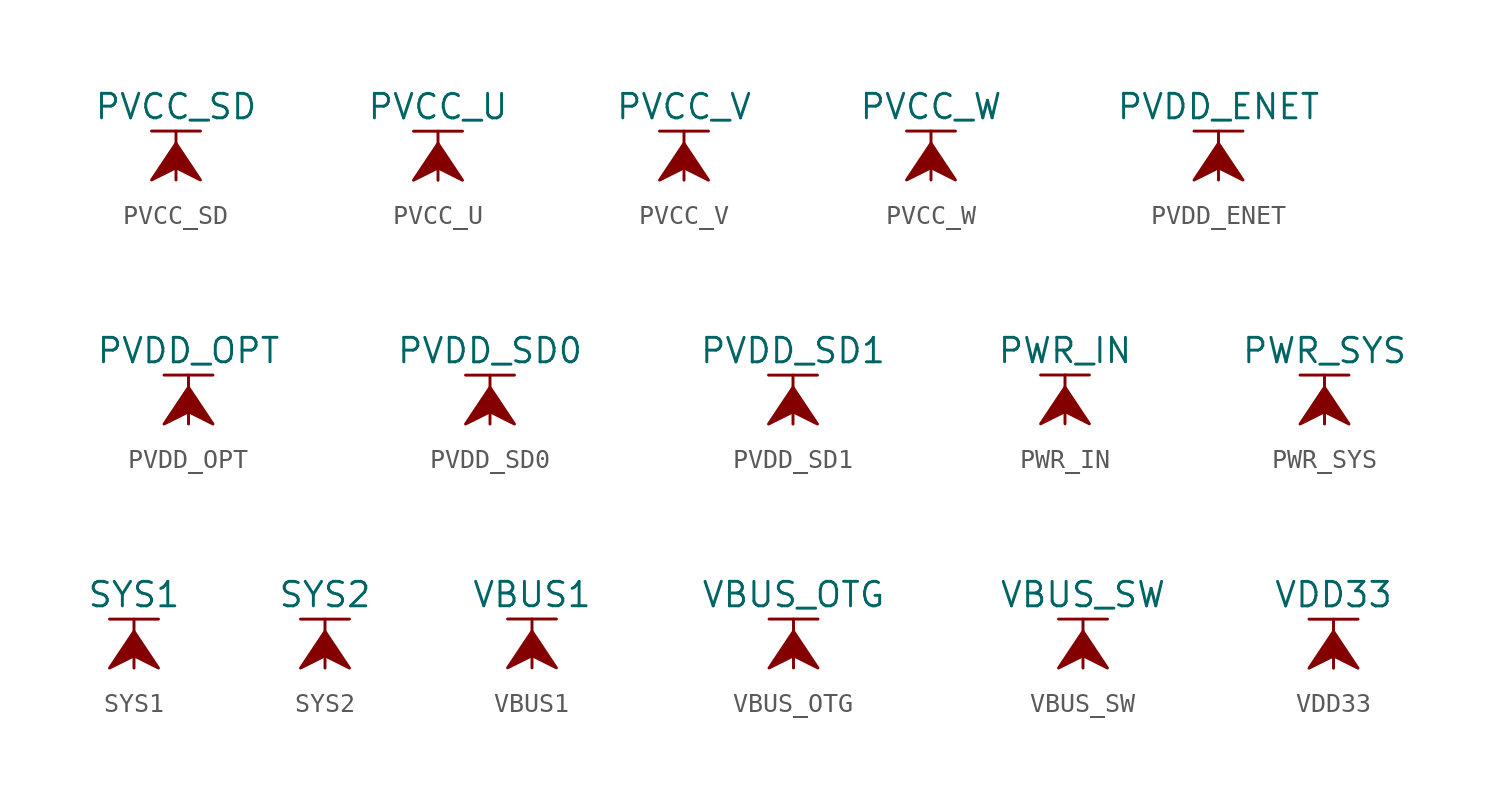
<source format=kicad_sym>
(kicad_symbol_lib
  (version 20211014)
  (generator kicad_symbol_editor)
  (symbol "PVCC_SD"
    (power)
    (pin_names
      (offset 0))
    (property "Reference" "#PWR"
      (at 0 -3.81 0)
      (effects (font (size 1.27 1.27)) hide))
    (property "Value" "PVCC_SD"
      (at 0 3.81 0)
      (effects (font (size 1.27 1.27))))
    (symbol "PVCC_SD_0_1"
      (polyline (pts (xy -1.27 2.54) (xy 1.27 2.54)) (stroke (width 0.152) (type default) (color 0 0 0 0)) (fill (type none)))
      (polyline (pts (xy 0 0) (xy 0 2.54)) (stroke (width 0.152) (type default) (color 0 0 0 0)) (fill (type none)))
      (polyline (pts (xy 0 1.905) (xy -1.27 0) (xy 0 0.635) (xy 1.27 0) (xy 0 1.905)) (stroke (width 0.152) (type default) (color 0 0 0 0)) (fill (type outline))))
    (symbol "PVCC_SD_1_1"
      (pin power_in line (at 0 0 90) (length 0) hide (name "PVCC_SD" (effects (font (size 1.27 1.27)))) (number "1" (effects (font (size 1.27 1.27)))))))
  (symbol "PVCC_U"
    (power)
    (pin_names
      (offset 0))
    (property "Reference" "#PWR"
      (at 0 -3.81 0)
      (effects (font (size 1.27 1.27)) hide))
    (property "Value" "PVCC_U"
      (at 0 3.81 0)
      (effects (font (size 1.27 1.27))))
    (symbol "PVCC_U_0_1"
      (polyline (pts (xy -1.27 2.54) (xy 1.27 2.54)) (stroke (width 0.152) (type default) (color 0 0 0 0)) (fill (type none)))
      (polyline (pts (xy 0 0) (xy 0 2.54)) (stroke (width 0.152) (type default) (color 0 0 0 0)) (fill (type none)))
      (polyline (pts (xy 0 1.905) (xy -1.27 0) (xy 0 0.635) (xy 1.27 0) (xy 0 1.905)) (stroke (width 0.152) (type default) (color 0 0 0 0)) (fill (type outline))))
    (symbol "PVCC_U_1_1"
      (pin power_in line (at 0 0 90) (length 0) hide (name "PVCC_U" (effects (font (size 1.27 1.27)))) (number "1" (effects (font (size 1.27 1.27)))))))
  (symbol "PVCC_V"
    (power)
    (pin_names
      (offset 0))
    (property "Reference" "#PWR"
      (at 0 -3.81 0)
      (effects (font (size 1.27 1.27)) hide))
    (property "Value" "PVCC_V"
      (at 0 3.81 0)
      (effects (font (size 1.27 1.27))))
    (symbol "PVCC_V_0_1"
      (polyline (pts (xy -1.27 2.54) (xy 1.27 2.54)) (stroke (width 0.152) (type default) (color 0 0 0 0)) (fill (type none)))
      (polyline (pts (xy 0 0) (xy 0 2.54)) (stroke (width 0.152) (type default) (color 0 0 0 0)) (fill (type none)))
      (polyline (pts (xy 0 1.905) (xy -1.27 0) (xy 0 0.635) (xy 1.27 0) (xy 0 1.905)) (stroke (width 0.152) (type default) (color 0 0 0 0)) (fill (type outline))))
    (symbol "PVCC_V_1_1"
      (pin power_in line (at 0 0 90) (length 0) hide (name "PVCC_V" (effects (font (size 1.27 1.27)))) (number "1" (effects (font (size 1.27 1.27)))))))
  (symbol "PVCC_W"
    (power)
    (pin_names
      (offset 0))
    (property "Reference" "#PWR"
      (at 0 -3.81 0)
      (effects (font (size 1.27 1.27)) hide))
    (property "Value" "PVCC_W"
      (at 0 3.81 0)
      (effects (font (size 1.27 1.27))))
    (symbol "PVCC_W_0_1"
      (polyline (pts (xy -1.27 2.54) (xy 1.27 2.54)) (stroke (width 0.152) (type default) (color 0 0 0 0)) (fill (type none)))
      (polyline (pts (xy 0 0) (xy 0 2.54)) (stroke (width 0.152) (type default) (color 0 0 0 0)) (fill (type none)))
      (polyline (pts (xy 0 1.905) (xy -1.27 0) (xy 0 0.635) (xy 1.27 0) (xy 0 1.905)) (stroke (width 0.152) (type default) (color 0 0 0 0)) (fill (type outline))))
    (symbol "PVCC_W_1_1"
      (pin power_in line (at 0 0 90) (length 0) hide (name "PVCC_W" (effects (font (size 1.27 1.27)))) (number "1" (effects (font (size 1.27 1.27)))))))
  (symbol "PVDD_ENET"
    (power)
    (pin_names
      (offset 0))
    (property "Reference" "#PWR"
      (at 0 -3.81 0)
      (effects (font (size 1.27 1.27)) hide))
    (property "Value" "PVDD_ENET"
      (at 0 3.81 0)
      (effects (font (size 1.27 1.27))))
    (symbol "PVDD_ENET_0_1"
      (polyline (pts (xy -1.27 2.54) (xy 1.27 2.54)) (stroke (width 0.152) (type default) (color 0 0 0 0)) (fill (type none)))
      (polyline (pts (xy 0 0) (xy 0 2.54)) (stroke (width 0.152) (type default) (color 0 0 0 0)) (fill (type none)))
      (polyline (pts (xy 0 1.905) (xy -1.27 0) (xy 0 0.635) (xy 1.27 0) (xy 0 1.905)) (stroke (width 0.152) (type default) (color 0 0 0 0)) (fill (type outline))))
    (symbol "PVDD_ENET_1_1"
      (pin power_in line (at 0 0 90) (length 0) hide (name "PVDD_ENET" (effects (font (size 1.27 1.27)))) (number "1" (effects (font (size 1.27 1.27)))))))
  (symbol "PVDD_OPT"
    (power)
    (pin_names
      (offset 0))
    (property "Reference" "#PWR"
      (at 0 -3.81 0)
      (effects (font (size 1.27 1.27)) hide))
    (property "Value" "PVDD_OPT"
      (at 0 3.81 0)
      (effects (font (size 1.27 1.27))))
    (symbol "PVDD_OPT_0_1"
      (polyline (pts (xy -1.27 2.54) (xy 1.27 2.54)) (stroke (width 0.152) (type default) (color 0 0 0 0)) (fill (type none)))
      (polyline (pts (xy 0 0) (xy 0 2.54)) (stroke (width 0.152) (type default) (color 0 0 0 0)) (fill (type none)))
      (polyline (pts (xy 0 1.905) (xy -1.27 0) (xy 0 0.635) (xy 1.27 0) (xy 0 1.905)) (stroke (width 0.152) (type default) (color 0 0 0 0)) (fill (type outline))))
    (symbol "PVDD_OPT_1_1"
      (pin power_in line (at 0 0 90) (length 0) hide (name "PVDD_OPT" (effects (font (size 1.27 1.27)))) (number "1" (effects (font (size 1.27 1.27)))))))
  (symbol "PVDD_SD0"
    (power)
    (pin_names
      (offset 0))
    (property "Reference" "#PWR"
      (at 0 -3.81 0)
      (effects (font (size 1.27 1.27)) hide))
    (property "Value" "PVDD_SD0"
      (at 0 3.81 0)
      (effects (font (size 1.27 1.27))))
    (symbol "PVDD_SD0_0_1"
      (polyline (pts (xy -1.27 2.54) (xy 1.27 2.54)) (stroke (width 0.152) (type default) (color 0 0 0 0)) (fill (type none)))
      (polyline (pts (xy 0 0) (xy 0 2.54)) (stroke (width 0.152) (type default) (color 0 0 0 0)) (fill (type none)))
      (polyline (pts (xy 0 1.905) (xy -1.27 0) (xy 0 0.635) (xy 1.27 0) (xy 0 1.905)) (stroke (width 0.152) (type default) (color 0 0 0 0)) (fill (type outline))))
    (symbol "PVDD_SD0_1_1"
      (pin power_in line (at 0 0 90) (length 0) hide (name "PVDD_SD0" (effects (font (size 1.27 1.27)))) (number "1" (effects (font (size 1.27 1.27)))))))
  (symbol "PVDD_SD1"
    (power)
    (pin_names
      (offset 0))
    (property "Reference" "#PWR"
      (at 0 -3.81 0)
      (effects (font (size 1.27 1.27)) hide))
    (property "Value" "PVDD_SD1"
      (at 0 3.81 0)
      (effects (font (size 1.27 1.27))))
    (symbol "PVDD_SD1_0_1"
      (polyline (pts (xy -1.27 2.54) (xy 1.27 2.54)) (stroke (width 0.152) (type default) (color 0 0 0 0)) (fill (type none)))
      (polyline (pts (xy 0 0) (xy 0 2.54)) (stroke (width 0.152) (type default) (color 0 0 0 0)) (fill (type none)))
      (polyline (pts (xy 0 1.905) (xy -1.27 0) (xy 0 0.635) (xy 1.27 0) (xy 0 1.905)) (stroke (width 0.152) (type default) (color 0 0 0 0)) (fill (type outline))))
    (symbol "PVDD_SD1_1_1"
      (pin power_in line (at 0 0 90) (length 0) hide (name "PVDD_SD1" (effects (font (size 1.27 1.27)))) (number "1" (effects (font (size 1.27 1.27)))))))
  (symbol "PWR_IN"
    (power)
    (pin_names
      (offset 0))
    (property "Reference" "#PWR"
      (at 0 -3.81 0)
      (effects (font (size 1.27 1.27)) hide))
    (property "Value" "PWR_IN"
      (at 0 3.81 0)
      (effects (font (size 1.27 1.27))))
    (symbol "PWR_IN_0_1"
      (polyline (pts (xy -1.27 2.54) (xy 1.27 2.54)) (stroke (width 0.152) (type default) (color 0 0 0 0)) (fill (type none)))
      (polyline (pts (xy 0 0) (xy 0 2.54)) (stroke (width 0.152) (type default) (color 0 0 0 0)) (fill (type none)))
      (polyline (pts (xy 0 1.905) (xy -1.27 0) (xy 0 0.635) (xy 1.27 0) (xy 0 1.905)) (stroke (width 0.152) (type default) (color 0 0 0 0)) (fill (type outline))))
    (symbol "PWR_IN_1_1"
      (pin power_in line (at 0 0 90) (length 0) hide (name "PWR_IN" (effects (font (size 1.27 1.27)))) (number "1" (effects (font (size 1.27 1.27)))))))
  (symbol "PWR_SYS"
    (power)
    (pin_names
      (offset 0))
    (property "Reference" "#PWR"
      (at 0 -3.81 0)
      (effects (font (size 1.27 1.27)) hide))
    (property "Value" "PWR_SYS"
      (at 0 3.81 0)
      (effects (font (size 1.27 1.27))))
    (symbol "PWR_SYS_0_1"
      (polyline (pts (xy -1.27 2.54) (xy 1.27 2.54)) (stroke (width 0.152) (type default) (color 0 0 0 0)) (fill (type none)))
      (polyline (pts (xy 0 0) (xy 0 2.54)) (stroke (width 0.152) (type default) (color 0 0 0 0)) (fill (type none)))
      (polyline (pts (xy 0 1.905) (xy -1.27 0) (xy 0 0.635) (xy 1.27 0) (xy 0 1.905)) (stroke (width 0.152) (type default) (color 0 0 0 0)) (fill (type outline))))
    (symbol "PWR_SYS_1_1"
      (pin power_in line (at 0 0 90) (length 0) hide (name "PWR_SYS" (effects (font (size 1.27 1.27)))) (number "1" (effects (font (size 1.27 1.27)))))))
  (symbol "SYS1"
    (power)
    (pin_names
      (offset 0))
    (property "Reference" "#PWR"
      (at 0 -3.81 0)
      (effects (font (size 1.27 1.27)) hide))
    (property "Value" "SYS1"
      (at 0 3.81 0)
      (effects (font (size 1.27 1.27))))
    (symbol "SYS1_0_1"
      (polyline (pts (xy -1.27 2.54) (xy 1.27 2.54)) (stroke (width 0.152) (type default) (color 0 0 0 0)) (fill (type none)))
      (polyline (pts (xy 0 0) (xy 0 2.54)) (stroke (width 0.152) (type default) (color 0 0 0 0)) (fill (type none)))
      (polyline (pts (xy 0 1.905) (xy -1.27 0) (xy 0 0.635) (xy 1.27 0) (xy 0 1.905)) (stroke (width 0.152) (type default) (color 0 0 0 0)) (fill (type outline))))
    (symbol "SYS1_1_1"
      (pin power_in line (at 0 0 90) (length 0) hide (name "SYS1" (effects (font (size 1.27 1.27)))) (number "1" (effects (font (size 1.27 1.27)))))))
  (symbol "SYS2"
    (power)
    (pin_names
      (offset 0))
    (property "Reference" "#PWR"
      (at 0 -3.81 0)
      (effects (font (size 1.27 1.27)) hide))
    (property "Value" "SYS2"
      (at 0 3.81 0)
      (effects (font (size 1.27 1.27))))
    (symbol "SYS2_0_1"
      (polyline (pts (xy -1.27 2.54) (xy 1.27 2.54)) (stroke (width 0.152) (type default) (color 0 0 0 0)) (fill (type none)))
      (polyline (pts (xy 0 0) (xy 0 2.54)) (stroke (width 0.152) (type default) (color 0 0 0 0)) (fill (type none)))
      (polyline (pts (xy 0 1.905) (xy -1.27 0) (xy 0 0.635) (xy 1.27 0) (xy 0 1.905)) (stroke (width 0.152) (type default) (color 0 0 0 0)) (fill (type outline))))
    (symbol "SYS2_1_1"
      (pin power_in line (at 0 0 90) (length 0) hide (name "SYS2" (effects (font (size 1.27 1.27)))) (number "1" (effects (font (size 1.27 1.27)))))))
  (symbol "VBUS1"
    (power)
    (pin_names
      (offset 0))
    (property "Reference" "#PWR"
      (at 0 -3.81 0)
      (effects (font (size 1.27 1.27)) hide))
    (property "Value" "VBUS1"
      (at 0 3.81 0)
      (effects (font (size 1.27 1.27))))
    (symbol "VBUS1_0_1"
      (polyline (pts (xy -1.27 2.54) (xy 1.27 2.54)) (stroke (width 0.152) (type default) (color 0 0 0 0)) (fill (type none)))
      (polyline (pts (xy 0 0) (xy 0 2.54)) (stroke (width 0.152) (type default) (color 0 0 0 0)) (fill (type none)))
      (polyline (pts (xy 0 1.905) (xy -1.27 0) (xy 0 0.635) (xy 1.27 0) (xy 0 1.905)) (stroke (width 0.152) (type default) (color 0 0 0 0)) (fill (type outline))))
    (symbol "VBUS1_1_1"
      (pin power_in line (at 0 0 90) (length 0) hide (name "VBUS1" (effects (font (size 1.27 1.27)))) (number "1" (effects (font (size 1.27 1.27)))))))
  (symbol "VBUS_OTG"
    (power)
    (pin_names
      (offset 0))
    (property "Reference" "#PWR"
      (at 0 -3.81 0)
      (effects (font (size 1.27 1.27)) hide))
    (property "Value" "VBUS_OTG"
      (at 0 3.81 0)
      (effects (font (size 1.27 1.27))))
    (symbol "VBUS_OTG_0_1"
      (polyline (pts (xy -1.27 2.54) (xy 1.27 2.54)) (stroke (width 0.152) (type default) (color 0 0 0 0)) (fill (type none)))
      (polyline (pts (xy 0 0) (xy 0 2.54)) (stroke (width 0.152) (type default) (color 0 0 0 0)) (fill (type none)))
      (polyline (pts (xy 0 1.905) (xy -1.27 0) (xy 0 0.635) (xy 1.27 0) (xy 0 1.905)) (stroke (width 0.152) (type default) (color 0 0 0 0)) (fill (type outline))))
    (symbol "VBUS_OTG_1_1"
      (pin power_in line (at 0 0 90) (length 0) hide (name "VBUS_OTG" (effects (font (size 1.27 1.27)))) (number "1" (effects (font (size 1.27 1.27)))))))
  (symbol "VBUS_SW"
    (power)
    (pin_names
      (offset 0))
    (property "Reference" "#PWR"
      (at 0 -3.81 0)
      (effects (font (size 1.27 1.27)) hide))
    (property "Value" "VBUS_SW"
      (at 0 3.81 0)
      (effects (font (size 1.27 1.27))))
    (symbol "VBUS_SW_0_1"
      (polyline (pts (xy -1.27 2.54) (xy 1.27 2.54)) (stroke (width 0.152) (type default) (color 0 0 0 0)) (fill (type none)))
      (polyline (pts (xy 0 0) (xy 0 2.54)) (stroke (width 0.152) (type default) (color 0 0 0 0)) (fill (type none)))
      (polyline (pts (xy 0 1.905) (xy -1.27 0) (xy 0 0.635) (xy 1.27 0) (xy 0 1.905)) (stroke (width 0.152) (type default) (color 0 0 0 0)) (fill (type outline))))
    (symbol "VBUS_SW_1_1"
      (pin power_in line (at 0 0 90) (length 0) hide (name "VBUS_SW" (effects (font (size 1.27 1.27)))) (number "1" (effects (font (size 1.27 1.27)))))))
  (symbol "VDD33"
    (power)
    (pin_names
      (offset 0))
    (property "Reference" "#PWR"
      (at 0 -3.81 0)
      (effects (font (size 1.27 1.27)) hide))
    (property "Value" "VDD33"
      (at 0 3.81 0)
      (effects (font (size 1.27 1.27))))
    (symbol "VDD33_0_1"
      (polyline (pts (xy -1.27 2.54) (xy 1.27 2.54)) (stroke (width 0.152) (type default) (color 0 0 0 0)) (fill (type none)))
      (polyline (pts (xy 0 0) (xy 0 2.54)) (stroke (width 0.152) (type default) (color 0 0 0 0)) (fill (type none)))
      (polyline (pts (xy 0 1.905) (xy -1.27 0) (xy 0 0.635) (xy 1.27 0) (xy 0 1.905)) (stroke (width 0.152) (type default) (color 0 0 0 0)) (fill (type outline))))
    (symbol "VDD33_1_1"
      (pin power_in line (at 0 0 90) (length 0) hide (name "VDD33" (effects (font (size 1.27 1.27)))) (number "1" (effects (font (size 1.27 1.27))))))))
</source>
